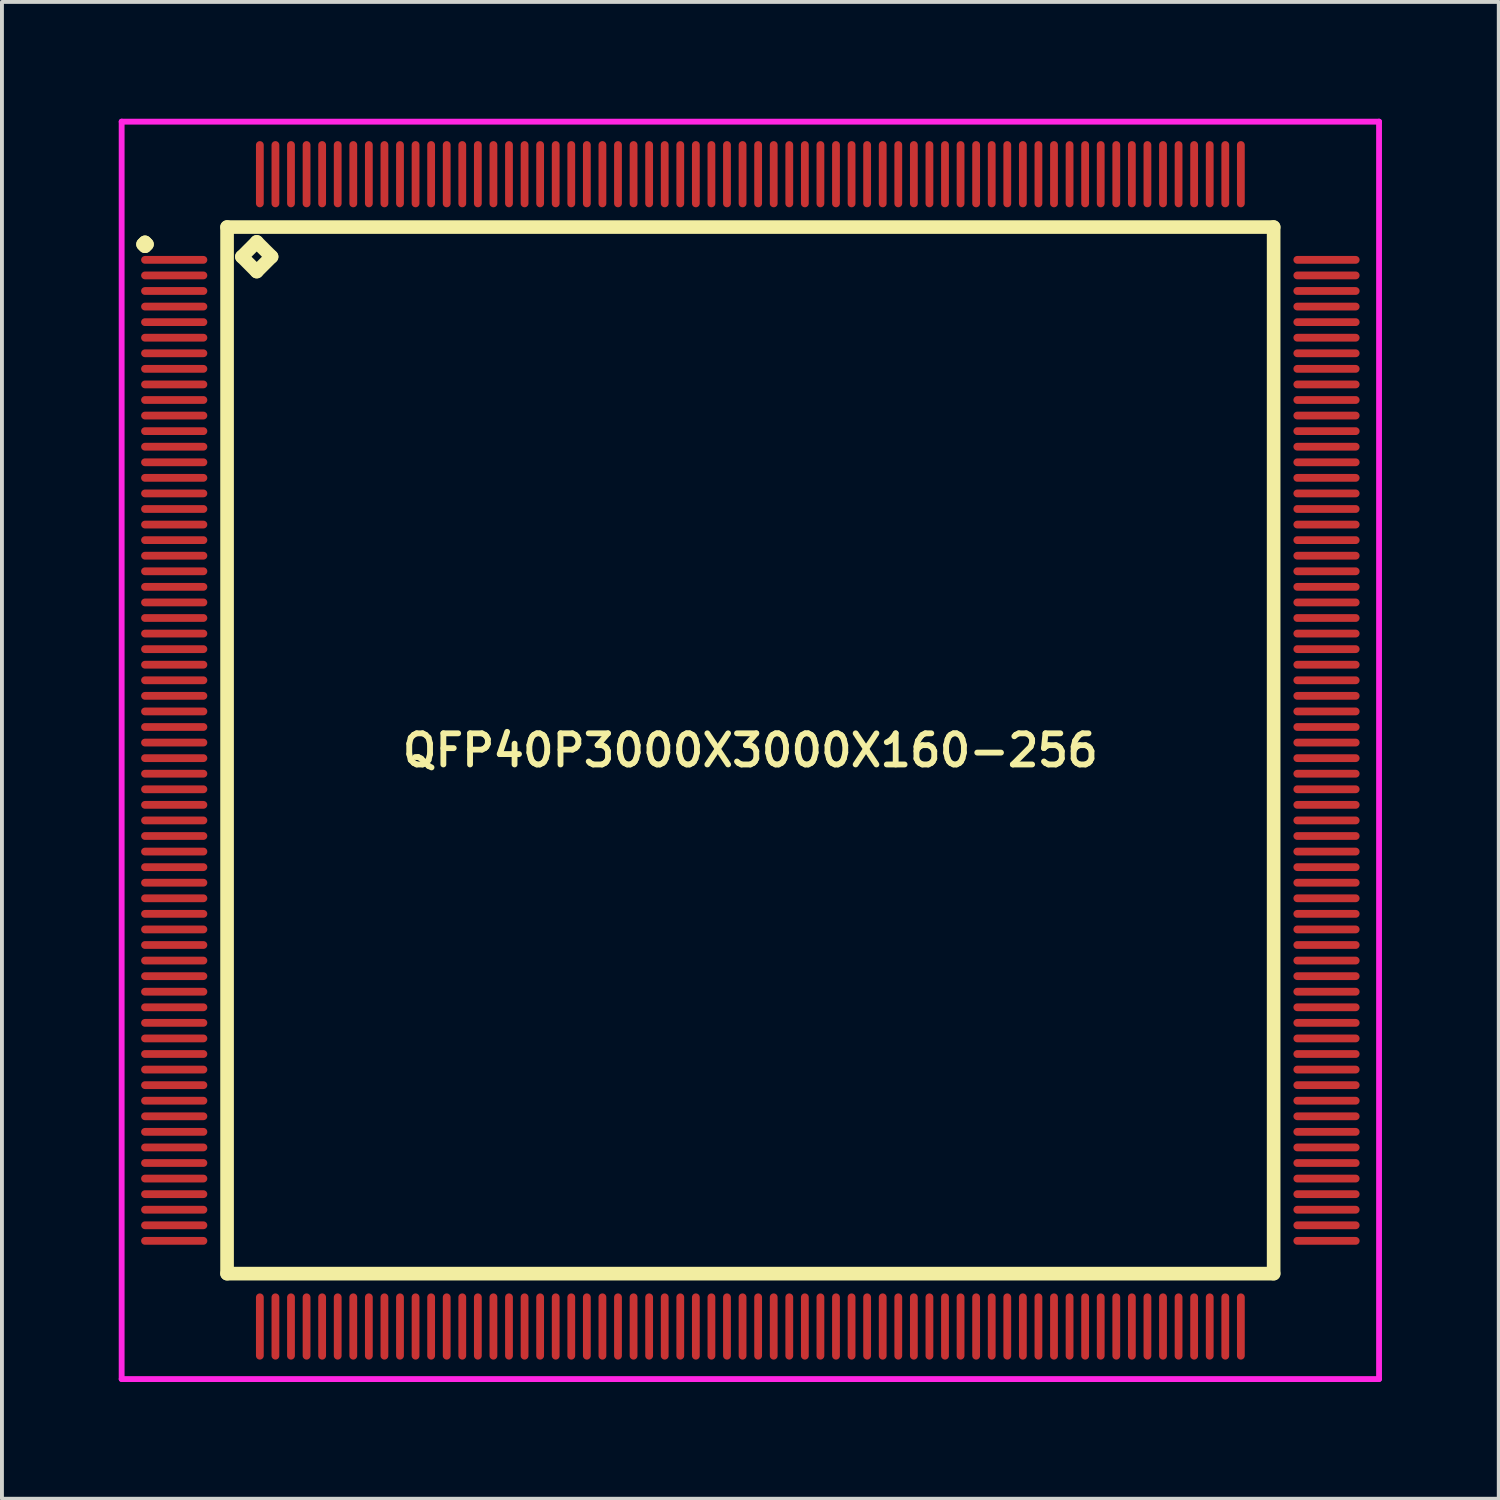
<source format=kicad_pcb>
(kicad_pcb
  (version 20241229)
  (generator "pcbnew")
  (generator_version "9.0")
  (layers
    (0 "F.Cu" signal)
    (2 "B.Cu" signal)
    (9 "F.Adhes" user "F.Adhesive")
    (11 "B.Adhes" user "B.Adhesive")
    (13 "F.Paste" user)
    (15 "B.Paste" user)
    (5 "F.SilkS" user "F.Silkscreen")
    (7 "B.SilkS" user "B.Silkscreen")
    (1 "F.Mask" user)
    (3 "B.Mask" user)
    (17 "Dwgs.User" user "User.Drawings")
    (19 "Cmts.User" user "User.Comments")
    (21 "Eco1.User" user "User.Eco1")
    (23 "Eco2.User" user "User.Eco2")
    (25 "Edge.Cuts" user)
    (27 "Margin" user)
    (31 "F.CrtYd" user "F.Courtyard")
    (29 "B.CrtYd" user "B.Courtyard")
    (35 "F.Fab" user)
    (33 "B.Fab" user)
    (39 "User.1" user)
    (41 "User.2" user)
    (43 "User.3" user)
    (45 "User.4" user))
  (footprint "QFP40P3000X3000X160-256"
    (layer "F.Cu")
    (at 16.225 16.225)
    (property "Reference" "QFP40P3000X3000X160-256" (at 0 0 0) (layer "F.SilkS") (effects (font (size 0.8 0.8) (thickness 0.15))))
    (attr smd)
    (fp_line (start -15.6 -13) (end -15.55 -13.05) (stroke (width 0.35) (type solid)) (layer "F.SilkS"))
    (fp_line (start -15.55 -13.05) (end -15.5 -13) (stroke (width 0.35) (type solid)) (layer "F.SilkS"))
    (fp_line (start -15.55 -12.95) (end -15.6 -13) (stroke (width 0.35) (type solid)) (layer "F.SilkS"))
    (fp_line (start -15.5 -13) (end -15.55 -12.95) (stroke (width 0.35) (type solid)) (layer "F.SilkS"))
    (fp_line (start -13.442 -13.442) (end -13.442 13.442) (stroke (width 0.35) (type solid)) (layer "F.SilkS"))
    (fp_line (start -13.442 13.442) (end 13.442 13.442) (stroke (width 0.35) (type solid)) (layer "F.SilkS"))
    (fp_line (start -13.061 -12.68) (end -12.68 -13.061) (stroke (width 0.35) (type solid)) (layer "F.SilkS"))
    (fp_line (start -12.68 -13.061) (end -12.299 -12.68) (stroke (width 0.35) (type solid)) (layer "F.SilkS"))
    (fp_line (start -12.68 -12.299) (end -13.061 -12.68) (stroke (width 0.35) (type solid)) (layer "F.SilkS"))
    (fp_line (start -12.299 -12.68) (end -12.68 -12.299) (stroke (width 0.35) (type solid)) (layer "F.SilkS"))
    (fp_line (start 13.442 -13.442) (end -13.442 -13.442) (stroke (width 0.35) (type solid)) (layer "F.SilkS"))
    (fp_line (start 13.442 13.442) (end 13.442 -13.442) (stroke (width 0.35) (type solid)) (layer "F.SilkS"))
    (fp_line (start -16.15 -16.15) (end 16.15 -16.15) (stroke (width 0.15) (type solid)) (layer "F.CrtYd"))
    (fp_line (start -16.15 16.15) (end -16.15 -16.15) (stroke (width 0.15) (type solid)) (layer "F.CrtYd"))
    (fp_line (start 16.15 -16.15) (end 16.15 16.15) (stroke (width 0.15) (type solid)) (layer "F.CrtYd"))
    (fp_line (start 16.15 16.15) (end -16.15 16.15) (stroke (width 0.15) (type solid)) (layer "F.CrtYd"))
    (pad "1" smd oval (at -14.8 -12.6) (size 1.7 0.2) (layers "F.Cu" "F.Mask" "F.Paste"))
    (pad "2" smd oval (at -14.8 -12.2) (size 1.7 0.2) (layers "F.Cu" "F.Mask" "F.Paste"))
    (pad "3" smd oval (at -14.8 -11.8) (size 1.7 0.2) (layers "F.Cu" "F.Mask" "F.Paste"))
    (pad "4" smd oval (at -14.8 -11.4) (size 1.7 0.2) (layers "F.Cu" "F.Mask" "F.Paste"))
    (pad "5" smd oval (at -14.8 -11) (size 1.7 0.2) (layers "F.Cu" "F.Mask" "F.Paste"))
    (pad "6" smd oval (at -14.8 -10.6) (size 1.7 0.2) (layers "F.Cu" "F.Mask" "F.Paste"))
    (pad "7" smd oval (at -14.8 -10.2) (size 1.7 0.2) (layers "F.Cu" "F.Mask" "F.Paste"))
    (pad "8" smd oval (at -14.8 -9.8) (size 1.7 0.2) (layers "F.Cu" "F.Mask" "F.Paste"))
    (pad "9" smd oval (at -14.8 -9.4) (size 1.7 0.2) (layers "F.Cu" "F.Mask" "F.Paste"))
    (pad "10" smd oval (at -14.8 -9) (size 1.7 0.2) (layers "F.Cu" "F.Mask" "F.Paste"))
    (pad "11" smd oval (at -14.8 -8.6) (size 1.7 0.2) (layers "F.Cu" "F.Mask" "F.Paste"))
    (pad "12" smd oval (at -14.8 -8.2) (size 1.7 0.2) (layers "F.Cu" "F.Mask" "F.Paste"))
    (pad "13" smd oval (at -14.8 -7.8) (size 1.7 0.2) (layers "F.Cu" "F.Mask" "F.Paste"))
    (pad "14" smd oval (at -14.8 -7.4) (size 1.7 0.2) (layers "F.Cu" "F.Mask" "F.Paste"))
    (pad "15" smd oval (at -14.8 -7) (size 1.7 0.2) (layers "F.Cu" "F.Mask" "F.Paste"))
    (pad "16" smd oval (at -14.8 -6.6) (size 1.7 0.2) (layers "F.Cu" "F.Mask" "F.Paste"))
    (pad "17" smd oval (at -14.8 -6.2) (size 1.7 0.2) (layers "F.Cu" "F.Mask" "F.Paste"))
    (pad "18" smd oval (at -14.8 -5.8) (size 1.7 0.2) (layers "F.Cu" "F.Mask" "F.Paste"))
    (pad "19" smd oval (at -14.8 -5.4) (size 1.7 0.2) (layers "F.Cu" "F.Mask" "F.Paste"))
    (pad "20" smd oval (at -14.8 -5) (size 1.7 0.2) (layers "F.Cu" "F.Mask" "F.Paste"))
    (pad "21" smd oval (at -14.8 -4.6) (size 1.7 0.2) (layers "F.Cu" "F.Mask" "F.Paste"))
    (pad "22" smd oval (at -14.8 -4.2) (size 1.7 0.2) (layers "F.Cu" "F.Mask" "F.Paste"))
    (pad "23" smd oval (at -14.8 -3.8) (size 1.7 0.2) (layers "F.Cu" "F.Mask" "F.Paste"))
    (pad "24" smd oval (at -14.8 -3.4) (size 1.7 0.2) (layers "F.Cu" "F.Mask" "F.Paste"))
    (pad "25" smd oval (at -14.8 -3) (size 1.7 0.2) (layers "F.Cu" "F.Mask" "F.Paste"))
    (pad "26" smd oval (at -14.8 -2.6) (size 1.7 0.2) (layers "F.Cu" "F.Mask" "F.Paste"))
    (pad "27" smd oval (at -14.8 -2.2) (size 1.7 0.2) (layers "F.Cu" "F.Mask" "F.Paste"))
    (pad "28" smd oval (at -14.8 -1.8) (size 1.7 0.2) (layers "F.Cu" "F.Mask" "F.Paste"))
    (pad "29" smd oval (at -14.8 -1.4) (size 1.7 0.2) (layers "F.Cu" "F.Mask" "F.Paste"))
    (pad "30" smd oval (at -14.8 -1) (size 1.7 0.2) (layers "F.Cu" "F.Mask" "F.Paste"))
    (pad "31" smd oval (at -14.8 -0.6) (size 1.7 0.2) (layers "F.Cu" "F.Mask" "F.Paste"))
    (pad "32" smd oval (at -14.8 -0.2) (size 1.7 0.2) (layers "F.Cu" "F.Mask" "F.Paste"))
    (pad "33" smd oval (at -14.8 0.2) (size 1.7 0.2) (layers "F.Cu" "F.Mask" "F.Paste"))
    (pad "34" smd oval (at -14.8 0.6) (size 1.7 0.2) (layers "F.Cu" "F.Mask" "F.Paste"))
    (pad "35" smd oval (at -14.8 1) (size 1.7 0.2) (layers "F.Cu" "F.Mask" "F.Paste"))
    (pad "36" smd oval (at -14.8 1.4) (size 1.7 0.2) (layers "F.Cu" "F.Mask" "F.Paste"))
    (pad "37" smd oval (at -14.8 1.8) (size 1.7 0.2) (layers "F.Cu" "F.Mask" "F.Paste"))
    (pad "38" smd oval (at -14.8 2.2) (size 1.7 0.2) (layers "F.Cu" "F.Mask" "F.Paste"))
    (pad "39" smd oval (at -14.8 2.6) (size 1.7 0.2) (layers "F.Cu" "F.Mask" "F.Paste"))
    (pad "40" smd oval (at -14.8 3) (size 1.7 0.2) (layers "F.Cu" "F.Mask" "F.Paste"))
    (pad "41" smd oval (at -14.8 3.4) (size 1.7 0.2) (layers "F.Cu" "F.Mask" "F.Paste"))
    (pad "42" smd oval (at -14.8 3.8) (size 1.7 0.2) (layers "F.Cu" "F.Mask" "F.Paste"))
    (pad "43" smd oval (at -14.8 4.2) (size 1.7 0.2) (layers "F.Cu" "F.Mask" "F.Paste"))
    (pad "44" smd oval (at -14.8 4.6) (size 1.7 0.2) (layers "F.Cu" "F.Mask" "F.Paste"))
    (pad "45" smd oval (at -14.8 5) (size 1.7 0.2) (layers "F.Cu" "F.Mask" "F.Paste"))
    (pad "46" smd oval (at -14.8 5.4) (size 1.7 0.2) (layers "F.Cu" "F.Mask" "F.Paste"))
    (pad "47" smd oval (at -14.8 5.8) (size 1.7 0.2) (layers "F.Cu" "F.Mask" "F.Paste"))
    (pad "48" smd oval (at -14.8 6.2) (size 1.7 0.2) (layers "F.Cu" "F.Mask" "F.Paste"))
    (pad "49" smd oval (at -14.8 6.6) (size 1.7 0.2) (layers "F.Cu" "F.Mask" "F.Paste"))
    (pad "50" smd oval (at -14.8 7) (size 1.7 0.2) (layers "F.Cu" "F.Mask" "F.Paste"))
    (pad "51" smd oval (at -14.8 7.4) (size 1.7 0.2) (layers "F.Cu" "F.Mask" "F.Paste"))
    (pad "52" smd oval (at -14.8 7.8) (size 1.7 0.2) (layers "F.Cu" "F.Mask" "F.Paste"))
    (pad "53" smd oval (at -14.8 8.2) (size 1.7 0.2) (layers "F.Cu" "F.Mask" "F.Paste"))
    (pad "54" smd oval (at -14.8 8.6) (size 1.7 0.2) (layers "F.Cu" "F.Mask" "F.Paste"))
    (pad "55" smd oval (at -14.8 9) (size 1.7 0.2) (layers "F.Cu" "F.Mask" "F.Paste"))
    (pad "56" smd oval (at -14.8 9.4) (size 1.7 0.2) (layers "F.Cu" "F.Mask" "F.Paste"))
    (pad "57" smd oval (at -14.8 9.8) (size 1.7 0.2) (layers "F.Cu" "F.Mask" "F.Paste"))
    (pad "58" smd oval (at -14.8 10.2) (size 1.7 0.2) (layers "F.Cu" "F.Mask" "F.Paste"))
    (pad "59" smd oval (at -14.8 10.6) (size 1.7 0.2) (layers "F.Cu" "F.Mask" "F.Paste"))
    (pad "60" smd oval (at -14.8 11) (size 1.7 0.2) (layers "F.Cu" "F.Mask" "F.Paste"))
    (pad "61" smd oval (at -14.8 11.4) (size 1.7 0.2) (layers "F.Cu" "F.Mask" "F.Paste"))
    (pad "62" smd oval (at -14.8 11.8) (size 1.7 0.2) (layers "F.Cu" "F.Mask" "F.Paste"))
    (pad "63" smd oval (at -14.8 12.2) (size 1.7 0.2) (layers "F.Cu" "F.Mask" "F.Paste"))
    (pad "64" smd oval (at -14.8 12.6) (size 1.7 0.2) (layers "F.Cu" "F.Mask" "F.Paste"))
    (pad "65" smd oval (at -12.6 14.8) (size 0.2 1.7) (layers "F.Cu" "F.Mask" "F.Paste"))
    (pad "66" smd oval (at -12.2 14.8) (size 0.2 1.7) (layers "F.Cu" "F.Mask" "F.Paste"))
    (pad "67" smd oval (at -11.8 14.8) (size 0.2 1.7) (layers "F.Cu" "F.Mask" "F.Paste"))
    (pad "68" smd oval (at -11.4 14.8) (size 0.2 1.7) (layers "F.Cu" "F.Mask" "F.Paste"))
    (pad "69" smd oval (at -11 14.8) (size 0.2 1.7) (layers "F.Cu" "F.Mask" "F.Paste"))
    (pad "70" smd oval (at -10.6 14.8) (size 0.2 1.7) (layers "F.Cu" "F.Mask" "F.Paste"))
    (pad "71" smd oval (at -10.2 14.8) (size 0.2 1.7) (layers "F.Cu" "F.Mask" "F.Paste"))
    (pad "72" smd oval (at -9.8 14.8) (size 0.2 1.7) (layers "F.Cu" "F.Mask" "F.Paste"))
    (pad "73" smd oval (at -9.4 14.8) (size 0.2 1.7) (layers "F.Cu" "F.Mask" "F.Paste"))
    (pad "74" smd oval (at -9 14.8) (size 0.2 1.7) (layers "F.Cu" "F.Mask" "F.Paste"))
    (pad "75" smd oval (at -8.6 14.8) (size 0.2 1.7) (layers "F.Cu" "F.Mask" "F.Paste"))
    (pad "76" smd oval (at -8.2 14.8) (size 0.2 1.7) (layers "F.Cu" "F.Mask" "F.Paste"))
    (pad "77" smd oval (at -7.8 14.8) (size 0.2 1.7) (layers "F.Cu" "F.Mask" "F.Paste"))
    (pad "78" smd oval (at -7.4 14.8) (size 0.2 1.7) (layers "F.Cu" "F.Mask" "F.Paste"))
    (pad "79" smd oval (at -7 14.8) (size 0.2 1.7) (layers "F.Cu" "F.Mask" "F.Paste"))
    (pad "80" smd oval (at -6.6 14.8) (size 0.2 1.7) (layers "F.Cu" "F.Mask" "F.Paste"))
    (pad "81" smd oval (at -6.2 14.8) (size 0.2 1.7) (layers "F.Cu" "F.Mask" "F.Paste"))
    (pad "82" smd oval (at -5.8 14.8) (size 0.2 1.7) (layers "F.Cu" "F.Mask" "F.Paste"))
    (pad "83" smd oval (at -5.4 14.8) (size 0.2 1.7) (layers "F.Cu" "F.Mask" "F.Paste"))
    (pad "84" smd oval (at -5 14.8) (size 0.2 1.7) (layers "F.Cu" "F.Mask" "F.Paste"))
    (pad "85" smd oval (at -4.6 14.8) (size 0.2 1.7) (layers "F.Cu" "F.Mask" "F.Paste"))
    (pad "86" smd oval (at -4.2 14.8) (size 0.2 1.7) (layers "F.Cu" "F.Mask" "F.Paste"))
    (pad "87" smd oval (at -3.8 14.8) (size 0.2 1.7) (layers "F.Cu" "F.Mask" "F.Paste"))
    (pad "88" smd oval (at -3.4 14.8) (size 0.2 1.7) (layers "F.Cu" "F.Mask" "F.Paste"))
    (pad "89" smd oval (at -3 14.8) (size 0.2 1.7) (layers "F.Cu" "F.Mask" "F.Paste"))
    (pad "90" smd oval (at -2.6 14.8) (size 0.2 1.7) (layers "F.Cu" "F.Mask" "F.Paste"))
    (pad "91" smd oval (at -2.2 14.8) (size 0.2 1.7) (layers "F.Cu" "F.Mask" "F.Paste"))
    (pad "92" smd oval (at -1.8 14.8) (size 0.2 1.7) (layers "F.Cu" "F.Mask" "F.Paste"))
    (pad "93" smd oval (at -1.4 14.8) (size 0.2 1.7) (layers "F.Cu" "F.Mask" "F.Paste"))
    (pad "94" smd oval (at -1 14.8) (size 0.2 1.7) (layers "F.Cu" "F.Mask" "F.Paste"))
    (pad "95" smd oval (at -0.6 14.8) (size 0.2 1.7) (layers "F.Cu" "F.Mask" "F.Paste"))
    (pad "96" smd oval (at -0.2 14.8) (size 0.2 1.7) (layers "F.Cu" "F.Mask" "F.Paste"))
    (pad "97" smd oval (at 0.2 14.8) (size 0.2 1.7) (layers "F.Cu" "F.Mask" "F.Paste"))
    (pad "98" smd oval (at 0.6 14.8) (size 0.2 1.7) (layers "F.Cu" "F.Mask" "F.Paste"))
    (pad "99" smd oval (at 1 14.8) (size 0.2 1.7) (layers "F.Cu" "F.Mask" "F.Paste"))
    (pad "100" smd oval (at 1.4 14.8) (size 0.2 1.7) (layers "F.Cu" "F.Mask" "F.Paste"))
    (pad "101" smd oval (at 1.8 14.8) (size 0.2 1.7) (layers "F.Cu" "F.Mask" "F.Paste"))
    (pad "102" smd oval (at 2.2 14.8) (size 0.2 1.7) (layers "F.Cu" "F.Mask" "F.Paste"))
    (pad "103" smd oval (at 2.6 14.8) (size 0.2 1.7) (layers "F.Cu" "F.Mask" "F.Paste"))
    (pad "104" smd oval (at 3 14.8) (size 0.2 1.7) (layers "F.Cu" "F.Mask" "F.Paste"))
    (pad "105" smd oval (at 3.4 14.8) (size 0.2 1.7) (layers "F.Cu" "F.Mask" "F.Paste"))
    (pad "106" smd oval (at 3.8 14.8) (size 0.2 1.7) (layers "F.Cu" "F.Mask" "F.Paste"))
    (pad "107" smd oval (at 4.2 14.8) (size 0.2 1.7) (layers "F.Cu" "F.Mask" "F.Paste"))
    (pad "108" smd oval (at 4.6 14.8) (size 0.2 1.7) (layers "F.Cu" "F.Mask" "F.Paste"))
    (pad "109" smd oval (at 5 14.8) (size 0.2 1.7) (layers "F.Cu" "F.Mask" "F.Paste"))
    (pad "110" smd oval (at 5.4 14.8) (size 0.2 1.7) (layers "F.Cu" "F.Mask" "F.Paste"))
    (pad "111" smd oval (at 5.8 14.8) (size 0.2 1.7) (layers "F.Cu" "F.Mask" "F.Paste"))
    (pad "112" smd oval (at 6.2 14.8) (size 0.2 1.7) (layers "F.Cu" "F.Mask" "F.Paste"))
    (pad "113" smd oval (at 6.6 14.8) (size 0.2 1.7) (layers "F.Cu" "F.Mask" "F.Paste"))
    (pad "114" smd oval (at 7 14.8) (size 0.2 1.7) (layers "F.Cu" "F.Mask" "F.Paste"))
    (pad "115" smd oval (at 7.4 14.8) (size 0.2 1.7) (layers "F.Cu" "F.Mask" "F.Paste"))
    (pad "116" smd oval (at 7.8 14.8) (size 0.2 1.7) (layers "F.Cu" "F.Mask" "F.Paste"))
    (pad "117" smd oval (at 8.2 14.8) (size 0.2 1.7) (layers "F.Cu" "F.Mask" "F.Paste"))
    (pad "118" smd oval (at 8.6 14.8) (size 0.2 1.7) (layers "F.Cu" "F.Mask" "F.Paste"))
    (pad "119" smd oval (at 9 14.8) (size 0.2 1.7) (layers "F.Cu" "F.Mask" "F.Paste"))
    (pad "120" smd oval (at 9.4 14.8) (size 0.2 1.7) (layers "F.Cu" "F.Mask" "F.Paste"))
    (pad "121" smd oval (at 9.8 14.8) (size 0.2 1.7) (layers "F.Cu" "F.Mask" "F.Paste"))
    (pad "122" smd oval (at 10.2 14.8) (size 0.2 1.7) (layers "F.Cu" "F.Mask" "F.Paste"))
    (pad "123" smd oval (at 10.6 14.8) (size 0.2 1.7) (layers "F.Cu" "F.Mask" "F.Paste"))
    (pad "124" smd oval (at 11 14.8) (size 0.2 1.7) (layers "F.Cu" "F.Mask" "F.Paste"))
    (pad "125" smd oval (at 11.4 14.8) (size 0.2 1.7) (layers "F.Cu" "F.Mask" "F.Paste"))
    (pad "126" smd oval (at 11.8 14.8) (size 0.2 1.7) (layers "F.Cu" "F.Mask" "F.Paste"))
    (pad "127" smd oval (at 12.2 14.8) (size 0.2 1.7) (layers "F.Cu" "F.Mask" "F.Paste"))
    (pad "128" smd oval (at 12.6 14.8) (size 0.2 1.7) (layers "F.Cu" "F.Mask" "F.Paste"))
    (pad "129" smd oval (at 14.8 12.6) (size 1.7 0.2) (layers "F.Cu" "F.Mask" "F.Paste"))
    (pad "130" smd oval (at 14.8 12.2) (size 1.7 0.2) (layers "F.Cu" "F.Mask" "F.Paste"))
    (pad "131" smd oval (at 14.8 11.8) (size 1.7 0.2) (layers "F.Cu" "F.Mask" "F.Paste"))
    (pad "132" smd oval (at 14.8 11.4) (size 1.7 0.2) (layers "F.Cu" "F.Mask" "F.Paste"))
    (pad "133" smd oval (at 14.8 11) (size 1.7 0.2) (layers "F.Cu" "F.Mask" "F.Paste"))
    (pad "134" smd oval (at 14.8 10.6) (size 1.7 0.2) (layers "F.Cu" "F.Mask" "F.Paste"))
    (pad "135" smd oval (at 14.8 10.2) (size 1.7 0.2) (layers "F.Cu" "F.Mask" "F.Paste"))
    (pad "136" smd oval (at 14.8 9.8) (size 1.7 0.2) (layers "F.Cu" "F.Mask" "F.Paste"))
    (pad "137" smd oval (at 14.8 9.4) (size 1.7 0.2) (layers "F.Cu" "F.Mask" "F.Paste"))
    (pad "138" smd oval (at 14.8 9) (size 1.7 0.2) (layers "F.Cu" "F.Mask" "F.Paste"))
    (pad "139" smd oval (at 14.8 8.6) (size 1.7 0.2) (layers "F.Cu" "F.Mask" "F.Paste"))
    (pad "140" smd oval (at 14.8 8.2) (size 1.7 0.2) (layers "F.Cu" "F.Mask" "F.Paste"))
    (pad "141" smd oval (at 14.8 7.8) (size 1.7 0.2) (layers "F.Cu" "F.Mask" "F.Paste"))
    (pad "142" smd oval (at 14.8 7.4) (size 1.7 0.2) (layers "F.Cu" "F.Mask" "F.Paste"))
    (pad "143" smd oval (at 14.8 7) (size 1.7 0.2) (layers "F.Cu" "F.Mask" "F.Paste"))
    (pad "144" smd oval (at 14.8 6.6) (size 1.7 0.2) (layers "F.Cu" "F.Mask" "F.Paste"))
    (pad "145" smd oval (at 14.8 6.2) (size 1.7 0.2) (layers "F.Cu" "F.Mask" "F.Paste"))
    (pad "146" smd oval (at 14.8 5.8) (size 1.7 0.2) (layers "F.Cu" "F.Mask" "F.Paste"))
    (pad "147" smd oval (at 14.8 5.4) (size 1.7 0.2) (layers "F.Cu" "F.Mask" "F.Paste"))
    (pad "148" smd oval (at 14.8 5) (size 1.7 0.2) (layers "F.Cu" "F.Mask" "F.Paste"))
    (pad "149" smd oval (at 14.8 4.6) (size 1.7 0.2) (layers "F.Cu" "F.Mask" "F.Paste"))
    (pad "150" smd oval (at 14.8 4.2) (size 1.7 0.2) (layers "F.Cu" "F.Mask" "F.Paste"))
    (pad "151" smd oval (at 14.8 3.8) (size 1.7 0.2) (layers "F.Cu" "F.Mask" "F.Paste"))
    (pad "152" smd oval (at 14.8 3.4) (size 1.7 0.2) (layers "F.Cu" "F.Mask" "F.Paste"))
    (pad "153" smd oval (at 14.8 3) (size 1.7 0.2) (layers "F.Cu" "F.Mask" "F.Paste"))
    (pad "154" smd oval (at 14.8 2.6) (size 1.7 0.2) (layers "F.Cu" "F.Mask" "F.Paste"))
    (pad "155" smd oval (at 14.8 2.2) (size 1.7 0.2) (layers "F.Cu" "F.Mask" "F.Paste"))
    (pad "156" smd oval (at 14.8 1.8) (size 1.7 0.2) (layers "F.Cu" "F.Mask" "F.Paste"))
    (pad "157" smd oval (at 14.8 1.4) (size 1.7 0.2) (layers "F.Cu" "F.Mask" "F.Paste"))
    (pad "158" smd oval (at 14.8 1) (size 1.7 0.2) (layers "F.Cu" "F.Mask" "F.Paste"))
    (pad "159" smd oval (at 14.8 0.6) (size 1.7 0.2) (layers "F.Cu" "F.Mask" "F.Paste"))
    (pad "160" smd oval (at 14.8 0.2) (size 1.7 0.2) (layers "F.Cu" "F.Mask" "F.Paste"))
    (pad "161" smd oval (at 14.8 -0.2) (size 1.7 0.2) (layers "F.Cu" "F.Mask" "F.Paste"))
    (pad "162" smd oval (at 14.8 -0.6) (size 1.7 0.2) (layers "F.Cu" "F.Mask" "F.Paste"))
    (pad "163" smd oval (at 14.8 -1) (size 1.7 0.2) (layers "F.Cu" "F.Mask" "F.Paste"))
    (pad "164" smd oval (at 14.8 -1.4) (size 1.7 0.2) (layers "F.Cu" "F.Mask" "F.Paste"))
    (pad "165" smd oval (at 14.8 -1.8) (size 1.7 0.2) (layers "F.Cu" "F.Mask" "F.Paste"))
    (pad "166" smd oval (at 14.8 -2.2) (size 1.7 0.2) (layers "F.Cu" "F.Mask" "F.Paste"))
    (pad "167" smd oval (at 14.8 -2.6) (size 1.7 0.2) (layers "F.Cu" "F.Mask" "F.Paste"))
    (pad "168" smd oval (at 14.8 -3) (size 1.7 0.2) (layers "F.Cu" "F.Mask" "F.Paste"))
    (pad "169" smd oval (at 14.8 -3.4) (size 1.7 0.2) (layers "F.Cu" "F.Mask" "F.Paste"))
    (pad "170" smd oval (at 14.8 -3.8) (size 1.7 0.2) (layers "F.Cu" "F.Mask" "F.Paste"))
    (pad "171" smd oval (at 14.8 -4.2) (size 1.7 0.2) (layers "F.Cu" "F.Mask" "F.Paste"))
    (pad "172" smd oval (at 14.8 -4.6) (size 1.7 0.2) (layers "F.Cu" "F.Mask" "F.Paste"))
    (pad "173" smd oval (at 14.8 -5) (size 1.7 0.2) (layers "F.Cu" "F.Mask" "F.Paste"))
    (pad "174" smd oval (at 14.8 -5.4) (size 1.7 0.2) (layers "F.Cu" "F.Mask" "F.Paste"))
    (pad "175" smd oval (at 14.8 -5.8) (size 1.7 0.2) (layers "F.Cu" "F.Mask" "F.Paste"))
    (pad "176" smd oval (at 14.8 -6.2) (size 1.7 0.2) (layers "F.Cu" "F.Mask" "F.Paste"))
    (pad "177" smd oval (at 14.8 -6.6) (size 1.7 0.2) (layers "F.Cu" "F.Mask" "F.Paste"))
    (pad "178" smd oval (at 14.8 -7) (size 1.7 0.2) (layers "F.Cu" "F.Mask" "F.Paste"))
    (pad "179" smd oval (at 14.8 -7.4) (size 1.7 0.2) (layers "F.Cu" "F.Mask" "F.Paste"))
    (pad "180" smd oval (at 14.8 -7.8) (size 1.7 0.2) (layers "F.Cu" "F.Mask" "F.Paste"))
    (pad "181" smd oval (at 14.8 -8.2) (size 1.7 0.2) (layers "F.Cu" "F.Mask" "F.Paste"))
    (pad "182" smd oval (at 14.8 -8.6) (size 1.7 0.2) (layers "F.Cu" "F.Mask" "F.Paste"))
    (pad "183" smd oval (at 14.8 -9) (size 1.7 0.2) (layers "F.Cu" "F.Mask" "F.Paste"))
    (pad "184" smd oval (at 14.8 -9.4) (size 1.7 0.2) (layers "F.Cu" "F.Mask" "F.Paste"))
    (pad "185" smd oval (at 14.8 -9.8) (size 1.7 0.2) (layers "F.Cu" "F.Mask" "F.Paste"))
    (pad "186" smd oval (at 14.8 -10.2) (size 1.7 0.2) (layers "F.Cu" "F.Mask" "F.Paste"))
    (pad "187" smd oval (at 14.8 -10.6) (size 1.7 0.2) (layers "F.Cu" "F.Mask" "F.Paste"))
    (pad "188" smd oval (at 14.8 -11) (size 1.7 0.2) (layers "F.Cu" "F.Mask" "F.Paste"))
    (pad "189" smd oval (at 14.8 -11.4) (size 1.7 0.2) (layers "F.Cu" "F.Mask" "F.Paste"))
    (pad "190" smd oval (at 14.8 -11.8) (size 1.7 0.2) (layers "F.Cu" "F.Mask" "F.Paste"))
    (pad "191" smd oval (at 14.8 -12.2) (size 1.7 0.2) (layers "F.Cu" "F.Mask" "F.Paste"))
    (pad "192" smd oval (at 14.8 -12.6) (size 1.7 0.2) (layers "F.Cu" "F.Mask" "F.Paste"))
    (pad "193" smd oval (at 12.6 -14.8) (size 0.2 1.7) (layers "F.Cu" "F.Mask" "F.Paste"))
    (pad "194" smd oval (at 12.2 -14.8) (size 0.2 1.7) (layers "F.Cu" "F.Mask" "F.Paste"))
    (pad "195" smd oval (at 11.8 -14.8) (size 0.2 1.7) (layers "F.Cu" "F.Mask" "F.Paste"))
    (pad "196" smd oval (at 11.4 -14.8) (size 0.2 1.7) (layers "F.Cu" "F.Mask" "F.Paste"))
    (pad "197" smd oval (at 11 -14.8) (size 0.2 1.7) (layers "F.Cu" "F.Mask" "F.Paste"))
    (pad "198" smd oval (at 10.6 -14.8) (size 0.2 1.7) (layers "F.Cu" "F.Mask" "F.Paste"))
    (pad "199" smd oval (at 10.2 -14.8) (size 0.2 1.7) (layers "F.Cu" "F.Mask" "F.Paste"))
    (pad "200" smd oval (at 9.8 -14.8) (size 0.2 1.7) (layers "F.Cu" "F.Mask" "F.Paste"))
    (pad "201" smd oval (at 9.4 -14.8) (size 0.2 1.7) (layers "F.Cu" "F.Mask" "F.Paste"))
    (pad "202" smd oval (at 9 -14.8) (size 0.2 1.7) (layers "F.Cu" "F.Mask" "F.Paste"))
    (pad "203" smd oval (at 8.6 -14.8) (size 0.2 1.7) (layers "F.Cu" "F.Mask" "F.Paste"))
    (pad "204" smd oval (at 8.2 -14.8) (size 0.2 1.7) (layers "F.Cu" "F.Mask" "F.Paste"))
    (pad "205" smd oval (at 7.8 -14.8) (size 0.2 1.7) (layers "F.Cu" "F.Mask" "F.Paste"))
    (pad "206" smd oval (at 7.4 -14.8) (size 0.2 1.7) (layers "F.Cu" "F.Mask" "F.Paste"))
    (pad "207" smd oval (at 7 -14.8) (size 0.2 1.7) (layers "F.Cu" "F.Mask" "F.Paste"))
    (pad "208" smd oval (at 6.6 -14.8) (size 0.2 1.7) (layers "F.Cu" "F.Mask" "F.Paste"))
    (pad "209" smd oval (at 6.2 -14.8) (size 0.2 1.7) (layers "F.Cu" "F.Mask" "F.Paste"))
    (pad "210" smd oval (at 5.8 -14.8) (size 0.2 1.7) (layers "F.Cu" "F.Mask" "F.Paste"))
    (pad "211" smd oval (at 5.4 -14.8) (size 0.2 1.7) (layers "F.Cu" "F.Mask" "F.Paste"))
    (pad "212" smd oval (at 5 -14.8) (size 0.2 1.7) (layers "F.Cu" "F.Mask" "F.Paste"))
    (pad "213" smd oval (at 4.6 -14.8) (size 0.2 1.7) (layers "F.Cu" "F.Mask" "F.Paste"))
    (pad "214" smd oval (at 4.2 -14.8) (size 0.2 1.7) (layers "F.Cu" "F.Mask" "F.Paste"))
    (pad "215" smd oval (at 3.8 -14.8) (size 0.2 1.7) (layers "F.Cu" "F.Mask" "F.Paste"))
    (pad "216" smd oval (at 3.4 -14.8) (size 0.2 1.7) (layers "F.Cu" "F.Mask" "F.Paste"))
    (pad "217" smd oval (at 3 -14.8) (size 0.2 1.7) (layers "F.Cu" "F.Mask" "F.Paste"))
    (pad "218" smd oval (at 2.6 -14.8) (size 0.2 1.7) (layers "F.Cu" "F.Mask" "F.Paste"))
    (pad "219" smd oval (at 2.2 -14.8) (size 0.2 1.7) (layers "F.Cu" "F.Mask" "F.Paste"))
    (pad "220" smd oval (at 1.8 -14.8) (size 0.2 1.7) (layers "F.Cu" "F.Mask" "F.Paste"))
    (pad "221" smd oval (at 1.4 -14.8) (size 0.2 1.7) (layers "F.Cu" "F.Mask" "F.Paste"))
    (pad "222" smd oval (at 1 -14.8) (size 0.2 1.7) (layers "F.Cu" "F.Mask" "F.Paste"))
    (pad "223" smd oval (at 0.6 -14.8) (size 0.2 1.7) (layers "F.Cu" "F.Mask" "F.Paste"))
    (pad "224" smd oval (at 0.2 -14.8) (size 0.2 1.7) (layers "F.Cu" "F.Mask" "F.Paste"))
    (pad "225" smd oval (at -0.2 -14.8) (size 0.2 1.7) (layers "F.Cu" "F.Mask" "F.Paste"))
    (pad "226" smd oval (at -0.6 -14.8) (size 0.2 1.7) (layers "F.Cu" "F.Mask" "F.Paste"))
    (pad "227" smd oval (at -1 -14.8) (size 0.2 1.7) (layers "F.Cu" "F.Mask" "F.Paste"))
    (pad "228" smd oval (at -1.4 -14.8) (size 0.2 1.7) (layers "F.Cu" "F.Mask" "F.Paste"))
    (pad "229" smd oval (at -1.8 -14.8) (size 0.2 1.7) (layers "F.Cu" "F.Mask" "F.Paste"))
    (pad "230" smd oval (at -2.2 -14.8) (size 0.2 1.7) (layers "F.Cu" "F.Mask" "F.Paste"))
    (pad "231" smd oval (at -2.6 -14.8) (size 0.2 1.7) (layers "F.Cu" "F.Mask" "F.Paste"))
    (pad "232" smd oval (at -3 -14.8) (size 0.2 1.7) (layers "F.Cu" "F.Mask" "F.Paste"))
    (pad "233" smd oval (at -3.4 -14.8) (size 0.2 1.7) (layers "F.Cu" "F.Mask" "F.Paste"))
    (pad "234" smd oval (at -3.8 -14.8) (size 0.2 1.7) (layers "F.Cu" "F.Mask" "F.Paste"))
    (pad "235" smd oval (at -4.2 -14.8) (size 0.2 1.7) (layers "F.Cu" "F.Mask" "F.Paste"))
    (pad "236" smd oval (at -4.6 -14.8) (size 0.2 1.7) (layers "F.Cu" "F.Mask" "F.Paste"))
    (pad "237" smd oval (at -5 -14.8) (size 0.2 1.7) (layers "F.Cu" "F.Mask" "F.Paste"))
    (pad "238" smd oval (at -5.4 -14.8) (size 0.2 1.7) (layers "F.Cu" "F.Mask" "F.Paste"))
    (pad "239" smd oval (at -5.8 -14.8) (size 0.2 1.7) (layers "F.Cu" "F.Mask" "F.Paste"))
    (pad "240" smd oval (at -6.2 -14.8) (size 0.2 1.7) (layers "F.Cu" "F.Mask" "F.Paste"))
    (pad "241" smd oval (at -6.6 -14.8) (size 0.2 1.7) (layers "F.Cu" "F.Mask" "F.Paste"))
    (pad "242" smd oval (at -7 -14.8) (size 0.2 1.7) (layers "F.Cu" "F.Mask" "F.Paste"))
    (pad "243" smd oval (at -7.4 -14.8) (size 0.2 1.7) (layers "F.Cu" "F.Mask" "F.Paste"))
    (pad "244" smd oval (at -7.8 -14.8) (size 0.2 1.7) (layers "F.Cu" "F.Mask" "F.Paste"))
    (pad "245" smd oval (at -8.2 -14.8) (size 0.2 1.7) (layers "F.Cu" "F.Mask" "F.Paste"))
    (pad "246" smd oval (at -8.6 -14.8) (size 0.2 1.7) (layers "F.Cu" "F.Mask" "F.Paste"))
    (pad "247" smd oval (at -9 -14.8) (size 0.2 1.7) (layers "F.Cu" "F.Mask" "F.Paste"))
    (pad "248" smd oval (at -9.4 -14.8) (size 0.2 1.7) (layers "F.Cu" "F.Mask" "F.Paste"))
    (pad "249" smd oval (at -9.8 -14.8) (size 0.2 1.7) (layers "F.Cu" "F.Mask" "F.Paste"))
    (pad "250" smd oval (at -10.2 -14.8) (size 0.2 1.7) (layers "F.Cu" "F.Mask" "F.Paste"))
    (pad "251" smd oval (at -10.6 -14.8) (size 0.2 1.7) (layers "F.Cu" "F.Mask" "F.Paste"))
    (pad "252" smd oval (at -11 -14.8) (size 0.2 1.7) (layers "F.Cu" "F.Mask" "F.Paste"))
    (pad "253" smd oval (at -11.4 -14.8) (size 0.2 1.7) (layers "F.Cu" "F.Mask" "F.Paste"))
    (pad "254" smd oval (at -11.8 -14.8) (size 0.2 1.7) (layers "F.Cu" "F.Mask" "F.Paste"))
    (pad "255" smd oval (at -12.2 -14.8) (size 0.2 1.7) (layers "F.Cu" "F.Mask" "F.Paste"))
    (pad "256" smd oval (at -12.6 -14.8) (size 0.2 1.7) (layers "F.Cu" "F.Mask" "F.Paste")))
  (gr_rect
    (start -3 -3)
    (end 35.45 35.45)
    (stroke (width 0.1) (type default))
    (fill no)
    (layer "Edge.Cuts")))
</source>
